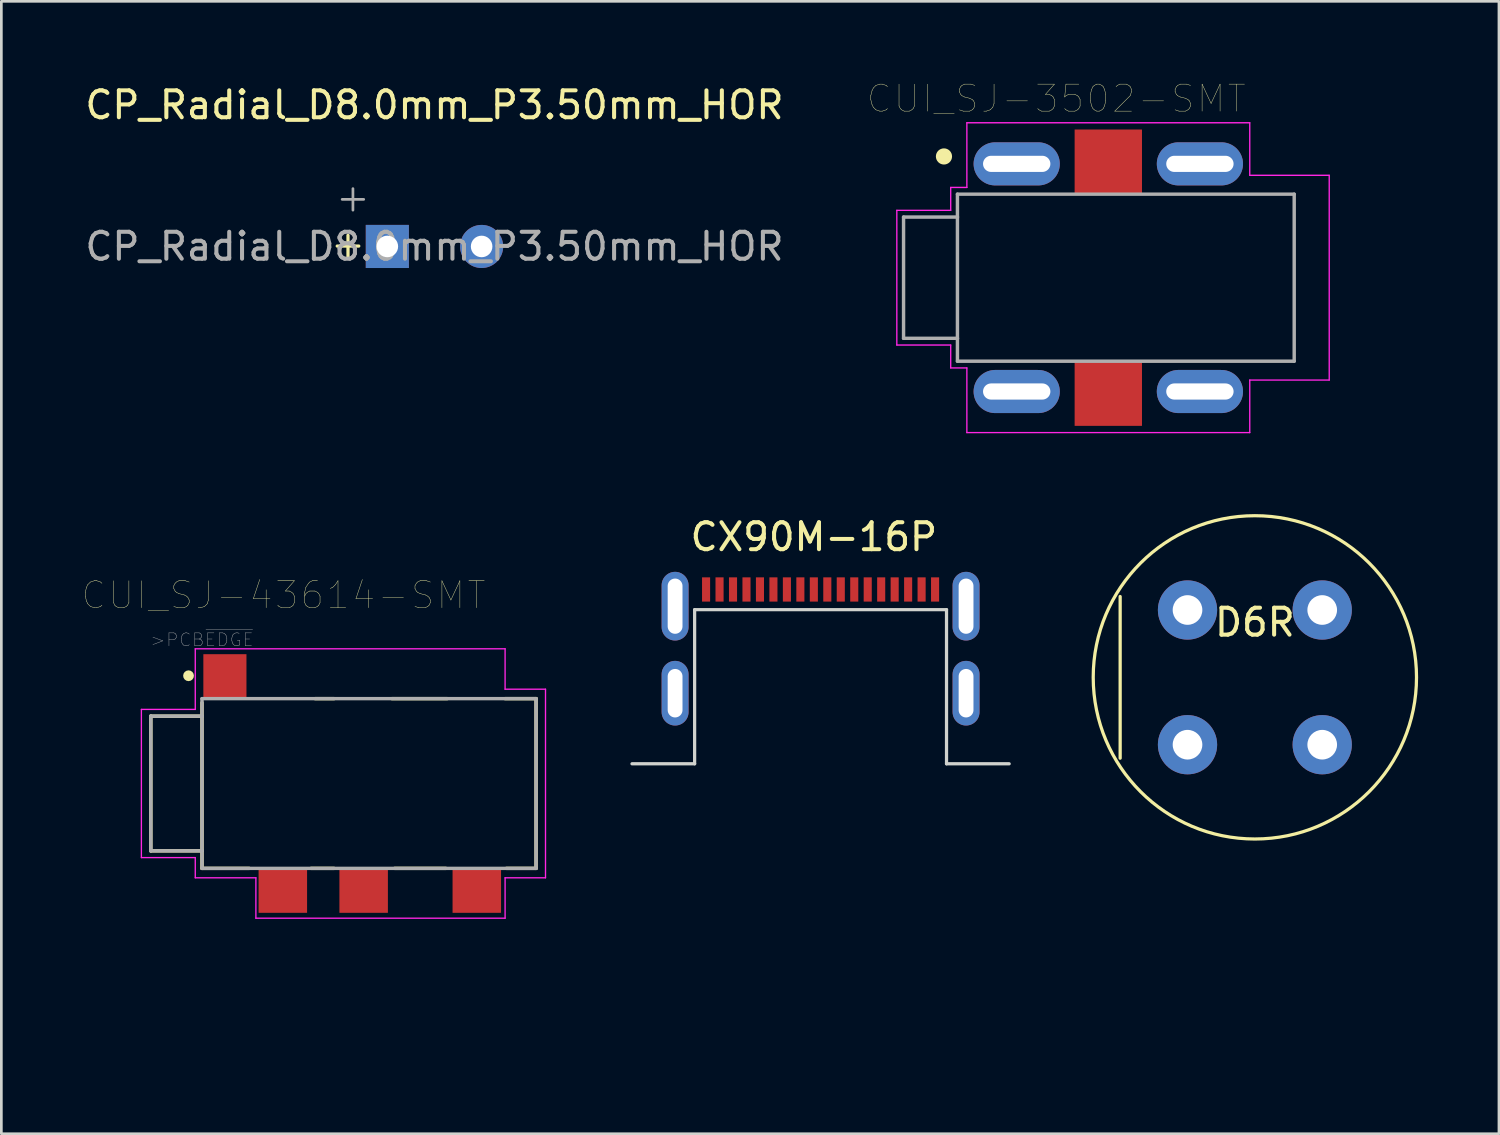
<source format=kicad_pcb>
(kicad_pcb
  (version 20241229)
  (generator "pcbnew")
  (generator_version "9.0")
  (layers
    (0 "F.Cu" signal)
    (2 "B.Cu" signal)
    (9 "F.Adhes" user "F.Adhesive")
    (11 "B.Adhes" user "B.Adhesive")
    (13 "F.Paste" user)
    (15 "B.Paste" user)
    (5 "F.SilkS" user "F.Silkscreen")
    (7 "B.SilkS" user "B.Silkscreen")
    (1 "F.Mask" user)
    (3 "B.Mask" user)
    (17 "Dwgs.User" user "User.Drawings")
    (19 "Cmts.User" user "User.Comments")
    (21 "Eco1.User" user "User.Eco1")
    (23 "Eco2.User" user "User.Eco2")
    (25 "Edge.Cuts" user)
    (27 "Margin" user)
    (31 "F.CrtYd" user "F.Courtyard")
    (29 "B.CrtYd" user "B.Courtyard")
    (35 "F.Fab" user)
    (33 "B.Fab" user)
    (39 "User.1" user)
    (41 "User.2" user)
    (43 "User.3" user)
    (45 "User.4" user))
  (footprint "CUI_SJ-3502-SMT"
    (layer "F.Cu")
    (at 38.838 7.257)
    (property "Reference" "CUI_SJ-3502-SMT" (at -2.679 -6.645 0) (layer "F.SilkS") (effects (font (size 1.001 1.001) (thickness 0.015))))
    (attr through_hole)
    (fp_circle (center -6.85 -4.5) (end -6.7 -4.5) (stroke (width 0.3) (type solid)) (fill no) (layer "F.SilkS"))
    (fp_line (start -6.35 -3.07) (end -6.35 -4.225) (stroke (width 0.0001) (type solid)) (layer "Edge.Cuts"))
    (fp_line (start -6.35 -3.07) (end 6.65 -3.07) (stroke (width 0.0001) (type solid)) (layer "Edge.Cuts"))
    (fp_line (start -6.35 3.07) (end -6.35 4.225) (stroke (width 0.0001) (type solid)) (layer "Edge.Cuts"))
    (fp_line (start -6.35 3.07) (end 6.65 3.07) (stroke (width 0.0001) (type solid)) (layer "Edge.Cuts"))
    (fp_line (start 6.65 -2) (end 6.65 2) (stroke (width 0.0001) (type solid)) (layer "Edge.Cuts"))
    (fp_arc (start 6.65 -3.07) (mid 7.185 -2.535) (end 6.65 -2) (stroke (width 0.0001) (type solid)) (layer "Edge.Cuts"))
    (fp_arc (start 6.65 2) (mid 7.185 2.535) (end 6.65 3.07) (stroke (width 0.0001) (type solid)) (layer "Edge.Cuts"))
    (fp_line (start -8.6 -2.5) (end -6.6 -2.5) (stroke (width 0.05) (type solid)) (layer "F.CrtYd"))
    (fp_line (start -8.6 2.5) (end -8.6 -2.5) (stroke (width 0.05) (type solid)) (layer "F.CrtYd"))
    (fp_line (start -6.6 -3.35) (end -6 -3.35) (stroke (width 0.05) (type solid)) (layer "F.CrtYd"))
    (fp_line (start -6.6 -2.5) (end -6.6 -3.35) (stroke (width 0.05) (type solid)) (layer "F.CrtYd"))
    (fp_line (start -6.6 2.5) (end -8.6 2.5) (stroke (width 0.05) (type solid)) (layer "F.CrtYd"))
    (fp_line (start -6.6 3.35) (end -6.6 2.5) (stroke (width 0.05) (type solid)) (layer "F.CrtYd"))
    (fp_line (start -6 -5.75) (end 4.5 -5.75) (stroke (width 0.05) (type solid)) (layer "F.CrtYd"))
    (fp_line (start -6 -3.35) (end -6 -5.75) (stroke (width 0.05) (type solid)) (layer "F.CrtYd"))
    (fp_line (start -6 3.35) (end -6.6 3.35) (stroke (width 0.05) (type solid)) (layer "F.CrtYd"))
    (fp_line (start -6 5.75) (end -6 3.35) (stroke (width 0.05) (type solid)) (layer "F.CrtYd"))
    (fp_line (start 4.5 -5.75) (end 4.5 -3.8) (stroke (width 0.05) (type solid)) (layer "F.CrtYd"))
    (fp_line (start 4.5 -3.8) (end 7.45 -3.8) (stroke (width 0.05) (type solid)) (layer "F.CrtYd"))
    (fp_line (start 4.5 3.8) (end 4.5 5.75) (stroke (width 0.05) (type solid)) (layer "F.CrtYd"))
    (fp_line (start 4.5 5.75) (end -6 5.75) (stroke (width 0.05) (type solid)) (layer "F.CrtYd"))
    (fp_line (start 7.45 -3.8) (end 7.45 3.8) (stroke (width 0.05) (type solid)) (layer "F.CrtYd"))
    (fp_line (start 7.45 3.8) (end 4.5 3.8) (stroke (width 0.05) (type solid)) (layer "F.CrtYd"))
    (fp_line (start -8.35 -2.25) (end -8.35 2.25) (stroke (width 0.127) (type solid)) (layer "F.Fab"))
    (fp_line (start -8.35 2.25) (end -6.35 2.25) (stroke (width 0.127) (type solid)) (layer "F.Fab"))
    (fp_line (start -6.35 -3.1) (end -6.35 -2.25) (stroke (width 0.127) (type solid)) (layer "F.Fab"))
    (fp_line (start -6.35 -3.1) (end 6.15 -3.1) (stroke (width 0.127) (type solid)) (layer "F.Fab"))
    (fp_line (start -6.35 -2.25) (end -8.35 -2.25) (stroke (width 0.127) (type solid)) (layer "F.Fab"))
    (fp_line (start -6.35 -2.25) (end -6.35 2.25) (stroke (width 0.127) (type solid)) (layer "F.Fab"))
    (fp_line (start -6.35 2.25) (end -6.35 3.1) (stroke (width 0.127) (type solid)) (layer "F.Fab"))
    (fp_line (start 6.15 -3.1) (end 6.15 3.1) (stroke (width 0.127) (type solid)) (layer "F.Fab"))
    (fp_line (start 6.15 3.1) (end -6.35 3.1) (stroke (width 0.127) (type solid)) (layer "F.Fab"))
    (pad "R" smd rect (at -0.75 4.285) (size 2.5 2.43) (layers "F.Cu" "F.Mask" "F.Paste"))
    (pad "S" thru_hole oval (at -4.15 -4.225) (size 3.2 1.6) (drill oval 2.5 0.6) (layers "*.Cu" "*.Mask"))
    (pad "S" thru_hole oval (at -4.15 4.225) (size 3.2 1.6) (drill oval 2.5 0.6) (layers "*.Cu" "*.Mask"))
    (pad "S" thru_hole oval (at 2.65 -4.225) (size 3.2 1.6) (drill oval 2.5 0.6) (layers "*.Cu" "*.Mask"))
    (pad "S" thru_hole oval (at 2.65 4.225) (size 3.2 1.6) (drill oval 2.5 0.6) (layers "*.Cu" "*.Mask"))
    (pad "T" smd rect (at -0.75 -4.285) (size 2.5 2.43) (layers "F.Cu" "F.Mask" "F.Paste")))
  (footprint "CP_Radial_D8.0mm_P3.50mm_HOR"
    (layer "F.Cu")
    (at 11.327 6.098)
    (property "Reference" "CP_Radial_D8.0mm_P3.50mm_HOR" (at 1.75 -5.25 180) (layer "F.SilkS") (effects (font (size 1 1) (thickness 0.15))))
    (attr through_hole)
    (fp_line (start -1.86 -0.015) (end -1.06 -0.015) (stroke (width 0.12) (type solid)) (layer "F.SilkS"))
    (fp_line (start -1.46 -0.415) (end -1.46 0.385) (stroke (width 0.12) (type solid)) (layer "F.SilkS"))
    (fp_line (start -1.677 -1.748) (end -0.877 -1.748) (stroke (width 0.1) (type solid)) (layer "F.Fab"))
    (fp_line (start -1.277 -2.147) (end -1.277 -1.347) (stroke (width 0.1) (type solid)) (layer "F.Fab"))
    (fp_text user "${REFERENCE}" (at 1.75 0 180) (layer "F.Fab") (effects (font (size 1 1) (thickness 0.15))))
    (pad "1" thru_hole rect (at 0 0) (size 1.6 1.6) (drill 0.8) (layers "*.Cu" "*.Mask"))
    (pad "2" thru_hole circle (at 3.5 0) (size 1.6 1.6) (drill 0.8) (layers "*.Cu" "*.Mask")))
  (footprint "CX90M-16P"
    (layer "F.Cu")
    (at 27.408 25.3)
    (property "Reference" "CX90M-16P" (at -0.25 -8.42 0) (layer "F.SilkS") (effects (font (size 1 1) (thickness 0.15))))
    (attr smd)
    (fp_line (start -7 0) (end -4.675 0) (stroke (width 0.12) (type solid)) (layer "Edge.Cuts"))
    (fp_line (start -4.675 -5.72) (end -4.675 0) (stroke (width 0.12) (type solid)) (layer "Edge.Cuts"))
    (fp_line (start 4.675 -5.72) (end -4.675 -5.72) (stroke (width 0.12) (type solid)) (layer "Edge.Cuts"))
    (fp_line (start 4.675 -5.72) (end 4.675 0) (stroke (width 0.12) (type solid)) (layer "Edge.Cuts"))
    (fp_line (start 4.675 0) (end 7 0) (stroke (width 0.12) (type solid)) (layer "Edge.Cuts"))
    (pad "A1" smd rect (at -3.75 -6.47) (size 0.3 0.9) (layers "F.Cu" "F.Mask" "F.Paste"))
    (pad "A4" smd rect (at -2.75 -6.47) (size 0.3 0.9) (layers "F.Cu" "F.Mask" "F.Paste"))
    (pad "A5" smd rect (at -1.75 -6.47) (size 0.3 0.9) (layers "F.Cu" "F.Mask" "F.Paste"))
    (pad "A6" smd rect (at -0.75 -6.47) (size 0.3 0.9) (layers "F.Cu" "F.Mask" "F.Paste"))
    (pad "A7" smd rect (at 0.75 -6.47) (size 0.3 0.9) (layers "F.Cu" "F.Mask" "F.Paste"))
    (pad "A8" smd rect (at 1.75 -6.47) (size 0.3 0.9) (layers "F.Cu" "F.Mask" "F.Paste"))
    (pad "A9" smd rect (at 2.75 -6.47) (size 0.3 0.9) (layers "F.Cu" "F.Mask" "F.Paste"))
    (pad "A12" smd rect (at 3.75 -6.47) (size 0.3 0.9) (layers "F.Cu" "F.Mask" "F.Paste"))
    (pad "B1" smd rect (at 3.25 -6.47) (size 0.3 0.9) (layers "F.Cu" "F.Mask" "F.Paste"))
    (pad "B4" smd rect (at 2.25 -6.47) (size 0.3 0.9) (layers "F.Cu" "F.Mask" "F.Paste"))
    (pad "B5" smd rect (at 1.25 -6.47) (size 0.3 0.9) (layers "F.Cu" "F.Mask" "F.Paste"))
    (pad "B6" smd rect (at 0.25 -6.47) (size 0.3 0.9) (layers "F.Cu" "F.Mask" "F.Paste"))
    (pad "B7" smd rect (at -0.25 -6.47) (size 0.3 0.9) (layers "F.Cu" "F.Mask" "F.Paste"))
    (pad "B8" smd rect (at -1.25 -6.47) (size 0.3 0.9) (layers "F.Cu" "F.Mask" "F.Paste"))
    (pad "B9" smd rect (at -2.25 -6.47) (size 0.3 0.9) (layers "F.Cu" "F.Mask" "F.Paste"))
    (pad "B12" smd rect (at -3.25 -6.47) (size 0.3 0.9) (layers "F.Cu" "F.Mask" "F.Paste"))
    (pad "MID" smd rect (at -4.25 -6.47) (size 0.3 0.9) (layers "F.Cu" "F.Mask" "F.Paste"))
    (pad "MID" smd rect (at 4.25 -6.47) (size 0.3 0.9) (layers "F.Cu" "F.Mask" "F.Paste"))
    (pad "S1" thru_hole oval (at -5.4 -5.85) (size 1 2.55) (drill oval 0.55 2.05) (layers "*.Cu" "*.Mask"))
    (pad "S1" thru_hole oval (at -5.4 -2.62) (size 1 2.4) (drill oval 0.55 1.8) (layers "*.Cu" "*.Mask"))
    (pad "S1" thru_hole oval (at 5.4 -5.85) (size 1 2.55) (drill oval 0.55 2.05) (layers "*.Cu" "*.Mask"))
    (pad "S1" thru_hole oval (at 5.4 -2.62) (size 1 2.4) (drill oval 0.55 1.8) (layers "*.Cu" "*.Mask")))
  (footprint "D6R"
    (layer "F.Cu")
    (at 43.528 22.092)
    (property "Reference" "D6R" (at 0 -2.04 0) (layer "F.SilkS") (effects (font (size 1 1) (thickness 0.15))))
    (attr through_hole)
    (fp_line (start -5 -3) (end -5 3) (stroke (width 0.12) (type solid)) (layer "F.SilkS"))
    (fp_circle (center 0 0) (end 0 -6) (stroke (width 0.12) (type solid)) (fill no) (layer "F.SilkS"))
    (pad "1" thru_hole circle (at -2.5 -2.5) (size 2.2 2.2) (drill 1.1) (layers "*.Cu" "*.Mask"))
    (pad "2" thru_hole circle (at 2.5 -2.5) (size 2.2 2.2) (drill 1.1) (layers "*.Cu" "*.Mask"))
    (pad "3" thru_hole circle (at -2.5 2.5) (size 2.2 2.2) (drill 1.1) (layers "*.Cu" "*.Mask"))
    (pad "4" thru_hole circle (at 2.5 2.5) (size 2.2 2.2) (drill 1.1) (layers "*.Cu" "*.Mask")))
  (footprint "CUI_SJ-43614-SMT"
    (layer "F.Cu")
    (at 10.648 26.032)
    (property "Reference" "CUI_SJ-43614-SMT" (at -3.176 -6.987 0) (layer "F.SilkS") (effects (font (size 1 1) (thickness 0.015))))
    (attr through_hole)
    (fp_line (start -8.1 -2.5) (end -8.1 2.5) (stroke (width 0.127) (type solid)) (layer "F.SilkS"))
    (fp_line (start -8.1 2.5) (end -6.2 2.5) (stroke (width 0.127) (type solid)) (layer "F.SilkS"))
    (fp_line (start -6.2 -3) (end -6.2 -2.5) (stroke (width 0.127) (type solid)) (layer "F.SilkS"))
    (fp_line (start -6.2 -2.5) (end -8.1 -2.5) (stroke (width 0.127) (type solid)) (layer "F.SilkS"))
    (fp_line (start -6.2 -2.5) (end -6.2 2.5) (stroke (width 0.127) (type solid)) (layer "F.SilkS"))
    (fp_line (start -6.2 2.5) (end -6.2 3.15) (stroke (width 0.127) (type solid)) (layer "F.SilkS"))
    (fp_line (start -6.2 3.15) (end -4.45 3.15) (stroke (width 0.127) (type solid)) (layer "F.SilkS"))
    (fp_line (start -2.15 3.15) (end -1.3 3.15) (stroke (width 0.127) (type solid)) (layer "F.SilkS"))
    (fp_line (start -2 -3.15) (end -1.3 -3.15) (stroke (width 0.127) (type solid)) (layer "F.SilkS"))
    (fp_line (start 0.95 3.15) (end 2.85 3.15) (stroke (width 0.127) (type solid)) (layer "F.SilkS"))
    (fp_line (start 2.9 -3.15) (end 0.85 -3.15) (stroke (width 0.127) (type solid)) (layer "F.SilkS"))
    (fp_line (start 5.05 -3.15) (end 6.2 -3.15) (stroke (width 0.127) (type solid)) (layer "F.SilkS"))
    (fp_line (start 6.2 -3.15) (end 6.2 3.15) (stroke (width 0.127) (type solid)) (layer "F.SilkS"))
    (fp_line (start 6.2 3.15) (end 5.1 3.15) (stroke (width 0.127) (type solid)) (layer "F.SilkS"))
    (fp_circle (center -6.7 -4) (end -6.6 -4) (stroke (width 0.2) (type solid)) (fill no) (layer "F.SilkS"))
    (fp_line (start -6.2 -3.15) (end -6.2 -10) (stroke (width 0.0001) (type solid)) (layer "Edge.Cuts"))
    (fp_line (start -6.2 -3.15) (end 1.3 -3.15) (stroke (width 0.0001) (type solid)) (layer "Edge.Cuts"))
    (fp_line (start -6.2 3.15) (end -6.2 10) (stroke (width 0.0001) (type solid)) (layer "Edge.Cuts"))
    (fp_line (start -6.2 3.15) (end 1.3 3.15) (stroke (width 0.0001) (type solid)) (layer "Edge.Cuts"))
    (fp_line (start 1.3 -3.15) (end 1.3 -3.6) (stroke (width 0.0001) (type solid)) (layer "Edge.Cuts"))
    (fp_line (start 1.3 3.15) (end 1.3 3.6) (stroke (width 0.0001) (type solid)) (layer "Edge.Cuts"))
    (fp_line (start 2.5 -3.15) (end 2.5 -3.6) (stroke (width 0.0001) (type solid)) (layer "Edge.Cuts"))
    (fp_line (start 2.5 -3.15) (end 6.2 -3.15) (stroke (width 0.0001) (type solid)) (layer "Edge.Cuts"))
    (fp_line (start 2.5 3.15) (end 2.5 3.6) (stroke (width 0.0001) (type solid)) (layer "Edge.Cuts"))
    (fp_line (start 6.2 -2.15) (end 6.2 2.15) (stroke (width 0.0001) (type solid)) (layer "Edge.Cuts"))
    (fp_line (start 6.2 3.15) (end 2.5 3.15) (stroke (width 0.0001) (type solid)) (layer "Edge.Cuts"))
    (fp_arc (start 1.3 -3.6) (mid 1.475736 -4.024264) (end 1.9 -4.2) (stroke (width 0.0001) (type solid)) (layer "Edge.Cuts"))
    (fp_arc (start 1.9 -4.2) (mid 2.324264 -4.024264) (end 2.5 -3.6) (stroke (width 0.0001) (type solid)) (layer "Edge.Cuts"))
    (fp_arc (start 1.9 4.2) (mid 1.475736 4.024264) (end 1.3 3.6) (stroke (width 0.0001) (type solid)) (layer "Edge.Cuts"))
    (fp_arc (start 2.5 3.6) (mid 2.324264 4.024264) (end 1.9 4.2) (stroke (width 0.0001) (type solid)) (layer "Edge.Cuts"))
    (fp_arc (start 6.2 -3.15) (mid 6.553553 -3.003553) (end 6.7 -2.65) (stroke (width 0.0001) (type solid)) (layer "Edge.Cuts"))
    (fp_arc (start 6.2 2.15) (mid 6.553553 2.296447) (end 6.7 2.65) (stroke (width 0.0001) (type solid)) (layer "Edge.Cuts"))
    (fp_arc (start 6.7 -2.65) (mid 6.553553 -2.296447) (end 6.2 -2.15) (stroke (width 0.0001) (type solid)) (layer "Edge.Cuts"))
    (fp_arc (start 6.7 2.65) (mid 6.553553 3.003553) (end 6.2 3.15) (stroke (width 0.0001) (type solid)) (layer "Edge.Cuts"))
    (fp_line (start -8.45 -2.75) (end -8.45 2.75) (stroke (width 0.05) (type solid)) (layer "F.CrtYd"))
    (fp_line (start -8.45 -2.75) (end -6.45 -2.75) (stroke (width 0.05) (type solid)) (layer "F.CrtYd"))
    (fp_line (start -6.45 -5) (end 5.05 -5) (stroke (width 0.05) (type solid)) (layer "F.CrtYd"))
    (fp_line (start -6.45 -2.75) (end -6.45 -5) (stroke (width 0.05) (type solid)) (layer "F.CrtYd"))
    (fp_line (start -6.45 2.75) (end -8.45 2.75) (stroke (width 0.05) (type solid)) (layer "F.CrtYd"))
    (fp_line (start -6.45 3.5) (end -6.45 2.75) (stroke (width 0.05) (type solid)) (layer "F.CrtYd"))
    (fp_line (start -4.2 3.5) (end -6.45 3.5) (stroke (width 0.05) (type solid)) (layer "F.CrtYd"))
    (fp_line (start -4.2 5) (end -4.2 3.5) (stroke (width 0.05) (type solid)) (layer "F.CrtYd"))
    (fp_line (start 5.05 -5) (end 5.05 -3.5) (stroke (width 0.05) (type solid)) (layer "F.CrtYd"))
    (fp_line (start 5.05 -3.5) (end 6.55 -3.5) (stroke (width 0.05) (type solid)) (layer "F.CrtYd"))
    (fp_line (start 5.05 3.5) (end 5.05 5) (stroke (width 0.05) (type solid)) (layer "F.CrtYd"))
    (fp_line (start 5.05 5) (end -4.2 5) (stroke (width 0.05) (type solid)) (layer "F.CrtYd"))
    (fp_line (start 6.55 -3.5) (end 6.55 3.5) (stroke (width 0.05) (type solid)) (layer "F.CrtYd"))
    (fp_line (start 6.55 3.5) (end 5.05 3.5) (stroke (width 0.05) (type solid)) (layer "F.CrtYd"))
    (fp_line (start -8.1 -2.5) (end -8.1 2.5) (stroke (width 0.127) (type solid)) (layer "F.Fab"))
    (fp_line (start -8.1 2.5) (end -6.2 2.5) (stroke (width 0.127) (type solid)) (layer "F.Fab"))
    (fp_line (start -6.2 -3.15) (end 6.2 -3.15) (stroke (width 0.127) (type solid)) (layer "F.Fab"))
    (fp_line (start -6.2 -2.5) (end -8.1 -2.5) (stroke (width 0.127) (type solid)) (layer "F.Fab"))
    (fp_line (start -6.2 -2.5) (end -6.2 -3.15) (stroke (width 0.127) (type solid)) (layer "F.Fab"))
    (fp_line (start -6.2 2.5) (end -6.2 -2.5) (stroke (width 0.127) (type solid)) (layer "F.Fab"))
    (fp_line (start -6.2 3.15) (end -6.2 2.5) (stroke (width 0.127) (type solid)) (layer "F.Fab"))
    (fp_line (start 6.2 -3.15) (end 6.2 3.15) (stroke (width 0.127) (type solid)) (layer "F.Fab"))
    (fp_line (start 6.2 3.15) (end -6.2 3.15) (stroke (width 0.127) (type solid)) (layer "F.Fab"))
    (fp_text user ">PCB~{EDGE}" (at -6.204 -5.333 0) (layer "F.Fab") (effects (font (size 0.48 0.48) (thickness 0.015))))
    (pad "R1" smd rect (at -0.2 3.975) (size 1.8 1.65) (layers "F.Cu" "F.Mask" "F.Paste"))
    (pad "R2" smd rect (at -3.2 3.975) (size 1.8 1.65) (layers "F.Cu" "F.Mask" "F.Paste"))
    (pad "S" smd rect (at -5.35 -3.975) (size 1.6 1.65) (layers "F.Cu" "F.Mask" "F.Paste"))
    (pad "T" smd rect (at 4 3.975) (size 1.8 1.65) (layers "F.Cu" "F.Mask" "F.Paste")))
  (gr_rect
    (start -3 -3)
    (end 52.588 39.032)
    (stroke (width 0.1) (type default))
    (fill no)
    (layer "Edge.Cuts")))
</source>
